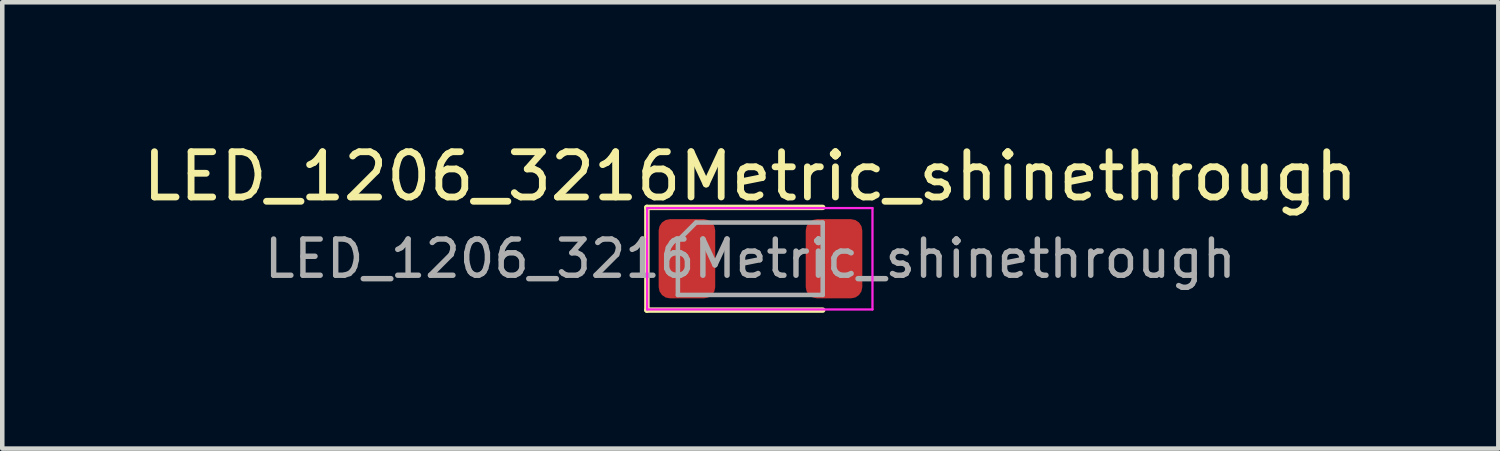
<source format=kicad_pcb>
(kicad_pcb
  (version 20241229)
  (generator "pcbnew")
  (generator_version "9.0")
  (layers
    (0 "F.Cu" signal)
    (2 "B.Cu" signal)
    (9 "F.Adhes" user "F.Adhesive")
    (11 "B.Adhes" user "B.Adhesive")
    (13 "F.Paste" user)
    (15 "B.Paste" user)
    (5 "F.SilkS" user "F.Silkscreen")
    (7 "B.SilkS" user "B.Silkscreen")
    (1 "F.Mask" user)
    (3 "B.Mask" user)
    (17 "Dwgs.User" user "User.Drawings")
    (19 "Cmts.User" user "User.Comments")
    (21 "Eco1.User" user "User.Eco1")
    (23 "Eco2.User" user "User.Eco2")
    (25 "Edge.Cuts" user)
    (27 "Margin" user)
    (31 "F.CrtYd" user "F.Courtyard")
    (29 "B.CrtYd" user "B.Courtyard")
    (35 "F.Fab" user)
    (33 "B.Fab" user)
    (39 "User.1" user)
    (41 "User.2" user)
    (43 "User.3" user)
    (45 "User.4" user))
  (footprint "LED_1206_3216Metric_shinethrough"
    (layer "F.Cu")
    (at 13.53 2.668)
    (property "Reference" "LED_1206_3216Metric_shinethrough" (at 0 -1.82 0) (layer "F.SilkS") (effects (font (size 1 1) (thickness 0.15))))
    (attr smd)
    (fp_rect (start -1.3 -0.9) (end 1.6 0.9) (stroke (width 0.05) (type solid)) (fill yes) (layer "F.Mask"))
    (fp_rect (start -1.3 -0.9) (end 1.6 0.9) (stroke (width 0.05) (type solid)) (fill yes) (layer "F.Mask"))
    (fp_line (start -2.285 -1.135) (end -2.285 1.135) (stroke (width 0.12) (type solid)) (layer "F.SilkS"))
    (fp_line (start -2.285 1.135) (end 1.6 1.135) (stroke (width 0.12) (type solid)) (layer "F.SilkS"))
    (fp_line (start 1.6 -1.135) (end -2.285 -1.135) (stroke (width 0.12) (type solid)) (layer "F.SilkS"))
    (fp_line (start -2.28 -1.12) (end 2.7 -1.12) (stroke (width 0.05) (type solid)) (layer "F.CrtYd"))
    (fp_line (start -2.28 1.12) (end -2.28 -1.12) (stroke (width 0.05) (type solid)) (layer "F.CrtYd"))
    (fp_line (start 2.7 -1.12) (end 2.7 1.12) (stroke (width 0.05) (type solid)) (layer "F.CrtYd"))
    (fp_line (start 2.7 1.12) (end -2.28 1.12) (stroke (width 0.05) (type solid)) (layer "F.CrtYd"))
    (fp_line (start -1.6 -0.4) (end -1.6 0.8) (stroke (width 0.1) (type solid)) (layer "F.Fab"))
    (fp_line (start -1.6 0.8) (end 1.6 0.8) (stroke (width 0.1) (type solid)) (layer "F.Fab"))
    (fp_line (start -1.2 -0.8) (end -1.6 -0.4) (stroke (width 0.1) (type solid)) (layer "F.Fab"))
    (fp_line (start 1.6 -0.8) (end -1.2 -0.8) (stroke (width 0.1) (type solid)) (layer "F.Fab"))
    (fp_line (start 1.6 0.8) (end 1.6 -0.8) (stroke (width 0.1) (type solid)) (layer "F.Fab"))
    (fp_text user "${REFERENCE}" (at 0 0 0) (layer "F.Fab") (effects (font (size 0.8 0.8) (thickness 0.12))))
    (pad "1" smd roundrect (at -1.4 0) (size 1.25 1.75) (layers "F.Cu" "F.Mask" "F.Paste") (roundrect_rratio 0.2))
    (pad "e" smd roundrect (at 1.85 0) (size 1.25 1.75) (layers "F.Cu" "F.Mask" "F.Paste") (roundrect_rratio 0.2)))
  (gr_rect
    (start -3 -3)
    (end 30.06 6.863)
    (stroke (width 0.1) (type default))
    (fill no)
    (layer "Edge.Cuts")))
</source>
